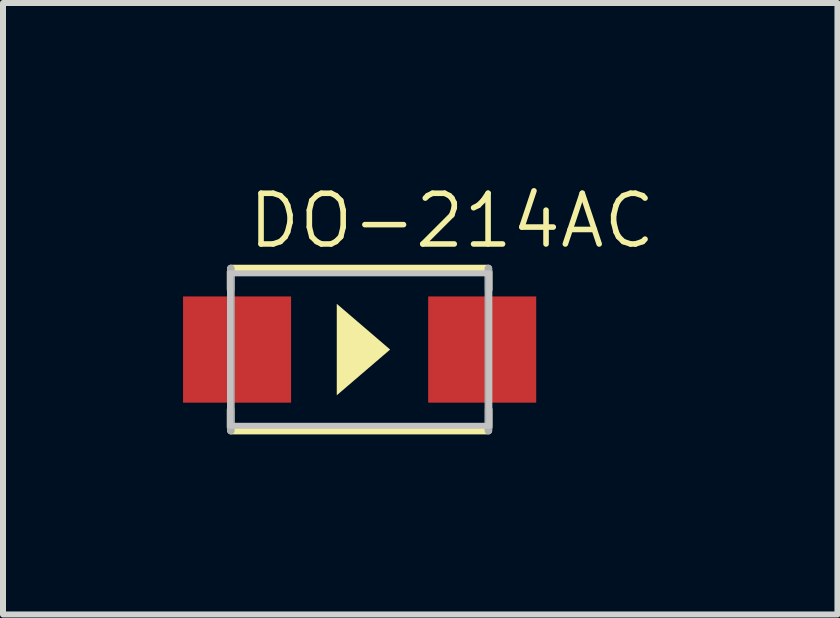
<source format=kicad_pcb>
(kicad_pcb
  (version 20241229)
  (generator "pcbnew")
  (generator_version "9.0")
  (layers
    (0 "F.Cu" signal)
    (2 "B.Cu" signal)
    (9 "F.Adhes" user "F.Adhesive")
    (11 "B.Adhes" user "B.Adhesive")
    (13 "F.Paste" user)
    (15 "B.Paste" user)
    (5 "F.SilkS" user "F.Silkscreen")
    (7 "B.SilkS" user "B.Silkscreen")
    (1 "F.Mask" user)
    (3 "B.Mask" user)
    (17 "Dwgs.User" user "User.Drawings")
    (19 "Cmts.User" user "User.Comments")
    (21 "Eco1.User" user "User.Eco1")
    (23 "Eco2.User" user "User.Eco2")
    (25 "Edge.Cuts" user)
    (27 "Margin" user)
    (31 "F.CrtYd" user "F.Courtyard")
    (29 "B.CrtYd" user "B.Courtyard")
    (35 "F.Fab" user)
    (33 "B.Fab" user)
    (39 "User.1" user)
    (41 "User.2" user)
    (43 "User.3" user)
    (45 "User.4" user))
  (footprint "DO-214AC"
    (layer "F.Cu")
    (at 2.942 2.774)
    (property "Reference" "DO-214AC" (at -1.905 -1.651 180) (layer "F.SilkS") (effects (font (size 0.845 0.845) (thickness 0.093)) (justify left bottom)))
    (attr through_hole)
    (fp_line (start -2.15 -1.3) (end -2.15 -1) (stroke (width 0.127) (type solid)) (layer "F.SilkS"))
    (fp_line (start -2.15 1.3) (end -2.15 1) (stroke (width 0.127) (type solid)) (layer "F.SilkS"))
    (fp_line (start -2.145 -1.35) (end 2.145 -1.35) (stroke (width 0.127) (type solid)) (layer "F.SilkS"))
    (fp_line (start 2.145 1.35) (end -2.145 1.35) (stroke (width 0.127) (type solid)) (layer "F.SilkS"))
    (fp_line (start 2.15 -1.3) (end 2.15 -1) (stroke (width 0.127) (type solid)) (layer "F.SilkS"))
    (fp_line (start 2.15 1.3) (end 2.15 1) (stroke (width 0.127) (type solid)) (layer "F.SilkS"))
    (fp_poly (pts (xy -0.381 -0.762) (xy 0.508 0) (xy -0.381 0.762)) (stroke (width 0) (type solid)) (fill yes) (layer "F.SilkS"))
    (fp_poly (pts (xy -2.159 1.27) (xy 2.159 1.27) (xy 2.159 -1.27) (xy -2.159 -1.27)) (stroke (width 0.1) (type solid)) (fill no) (layer "Dwgs.User"))
    (fp_line (start -2.145 1.35) (end -2.145 -1.35) (stroke (width 0.127) (type solid)) (layer "F.Fab"))
    (fp_line (start 2.145 -1.35) (end 2.145 1.35) (stroke (width 0.127) (type solid)) (layer "F.Fab"))
    (pad "1" smd rect (at -2.042 0 90) (size 1.77 1.8) (layers "F.Cu" "F.Mask" "F.Paste"))
    (pad "2" smd rect (at 2.042 0 90) (size 1.77 1.8) (layers "F.Cu" "F.Mask" "F.Paste")))
  (gr_rect
    (start -3 -3)
    (end 10.903 7.188)
    (stroke (width 0.1) (type default))
    (fill no)
    (layer "Edge.Cuts")))
</source>
